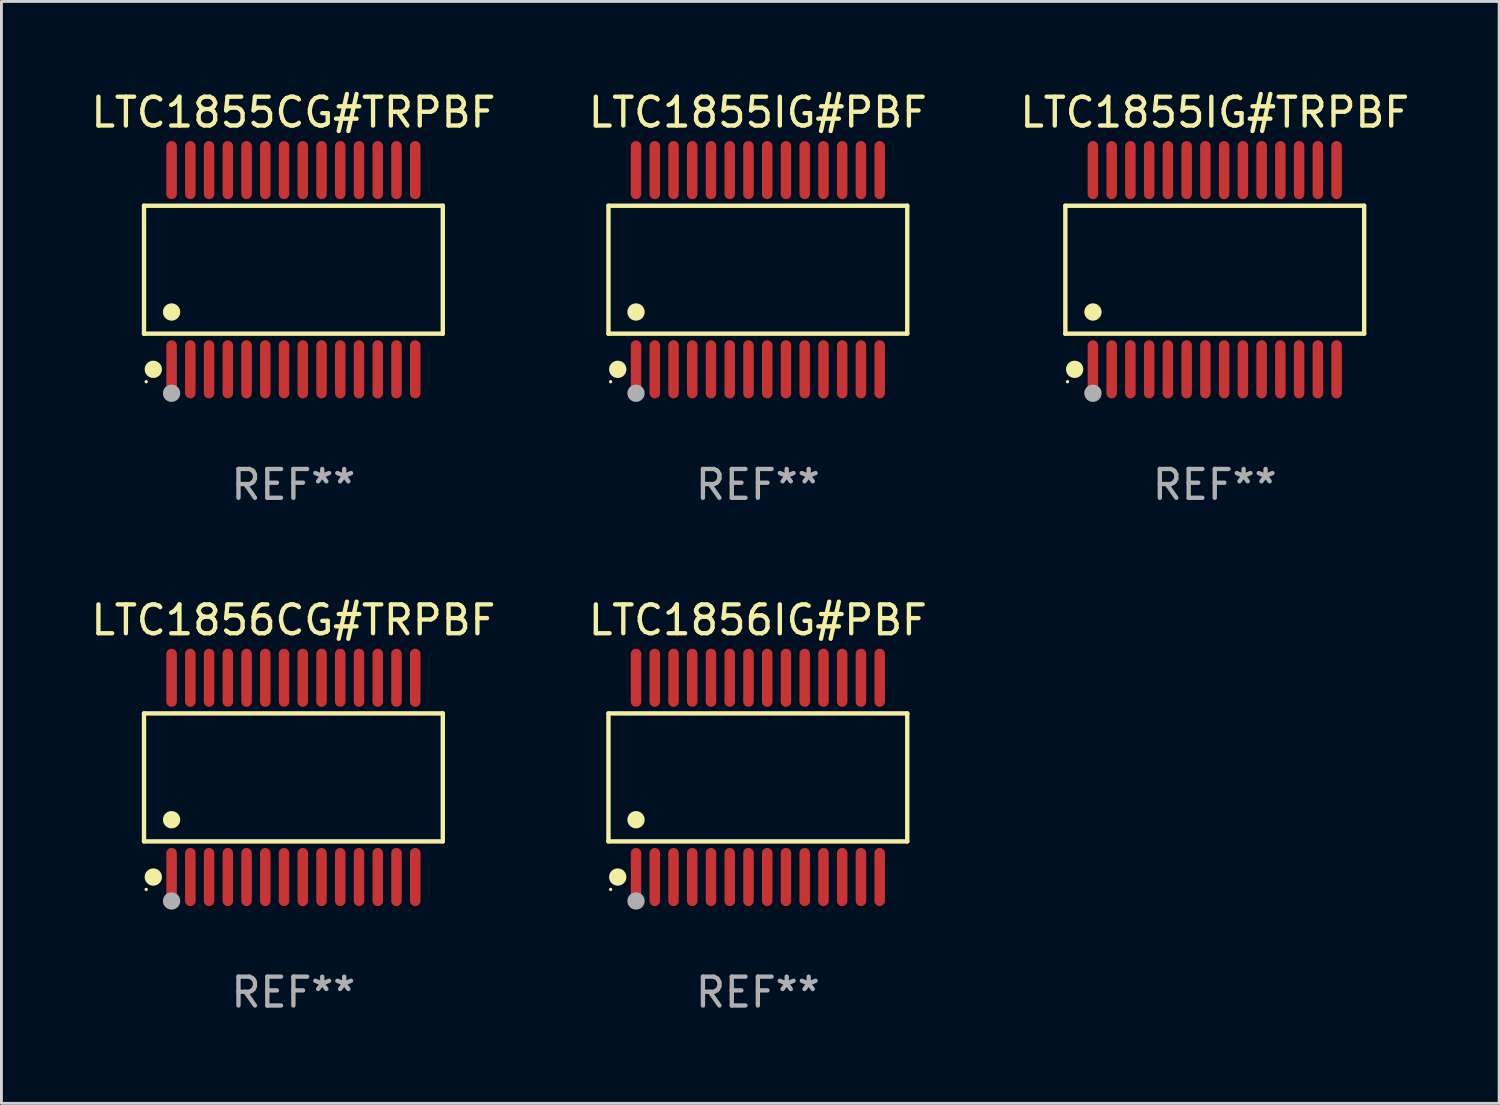
<source format=kicad_pcb>
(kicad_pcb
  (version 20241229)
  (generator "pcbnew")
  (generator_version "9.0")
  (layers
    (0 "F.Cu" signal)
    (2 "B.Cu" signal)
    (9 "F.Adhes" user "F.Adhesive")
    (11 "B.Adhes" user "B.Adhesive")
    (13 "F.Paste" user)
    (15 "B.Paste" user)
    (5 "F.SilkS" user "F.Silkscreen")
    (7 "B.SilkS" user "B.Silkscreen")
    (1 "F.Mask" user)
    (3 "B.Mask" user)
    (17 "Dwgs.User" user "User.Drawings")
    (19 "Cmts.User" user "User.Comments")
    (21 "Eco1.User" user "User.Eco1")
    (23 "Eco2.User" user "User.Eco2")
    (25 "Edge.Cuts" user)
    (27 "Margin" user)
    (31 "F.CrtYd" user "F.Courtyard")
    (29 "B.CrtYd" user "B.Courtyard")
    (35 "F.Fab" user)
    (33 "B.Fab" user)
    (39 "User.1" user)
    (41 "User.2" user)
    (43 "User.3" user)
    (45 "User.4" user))
  (footprint "LTC1855CG#TRPBF"
    (layer "F.Cu")
    (at 7.125 6.303)
    (property "Reference" "LTC1855CG#TRPBF" (at 0 -5.455 0) (layer "F.SilkS") (effects (font (size 1 1) (thickness 0.15))))
    (attr through_hole)
    (fp_line (start -5.181 -2.219) (end 5.181 -2.219) (stroke (width 0.152) (type solid)) (layer "F.SilkS"))
    (fp_line (start -5.181 2.219) (end -5.181 -2.219) (stroke (width 0.152) (type solid)) (layer "F.SilkS"))
    (fp_line (start 5.181 -2.219) (end 5.181 2.219) (stroke (width 0.152) (type solid)) (layer "F.SilkS"))
    (fp_line (start 5.181 2.219) (end -5.181 2.219) (stroke (width 0.152) (type solid)) (layer "F.SilkS"))
    (fp_circle (center -5.105 3.885) (end -5.075 3.885) (stroke (width 0.06) (type solid)) (fill no) (layer "F.SilkS"))
    (fp_circle (center -4.859 3.455) (end -4.709 3.455) (stroke (width 0.3) (type solid)) (fill no) (layer "F.SilkS"))
    (fp_circle (center -4.225 1.467) (end -4.075 1.467) (stroke (width 0.3) (type solid)) (fill no) (layer "F.SilkS"))
    (fp_circle (center -4.225 4.285) (end -4.075 4.285) (stroke (width 0.3) (type solid)) (fill no) (layer "F.Fab"))
    (fp_text user "REF**" (at 0 7.455 0) (layer "F.Fab") (effects (font (size 1 1) (thickness 0.15))))
    (pad "1" smd oval (at -4.225 3.455) (size 0.364 2.015) (layers "F.Cu" "F.Mask" "F.Paste"))
    (pad "2" smd oval (at -3.575 3.455) (size 0.364 2.015) (layers "F.Cu" "F.Mask" "F.Paste"))
    (pad "3" smd oval (at -2.925 3.455) (size 0.364 2.015) (layers "F.Cu" "F.Mask" "F.Paste"))
    (pad "4" smd oval (at -2.275 3.455) (size 0.364 2.015) (layers "F.Cu" "F.Mask" "F.Paste"))
    (pad "5" smd oval (at -1.625 3.455) (size 0.364 2.015) (layers "F.Cu" "F.Mask" "F.Paste"))
    (pad "6" smd oval (at -0.975 3.455) (size 0.364 2.015) (layers "F.Cu" "F.Mask" "F.Paste"))
    (pad "7" smd oval (at -0.325 3.455) (size 0.364 2.015) (layers "F.Cu" "F.Mask" "F.Paste"))
    (pad "8" smd oval (at 0.325 3.455) (size 0.364 2.015) (layers "F.Cu" "F.Mask" "F.Paste"))
    (pad "9" smd oval (at 0.975 3.455) (size 0.364 2.015) (layers "F.Cu" "F.Mask" "F.Paste"))
    (pad "10" smd oval (at 1.625 3.455) (size 0.364 2.015) (layers "F.Cu" "F.Mask" "F.Paste"))
    (pad "11" smd oval (at 2.275 3.455) (size 0.364 2.015) (layers "F.Cu" "F.Mask" "F.Paste"))
    (pad "12" smd oval (at 2.925 3.455) (size 0.364 2.015) (layers "F.Cu" "F.Mask" "F.Paste"))
    (pad "13" smd oval (at 3.575 3.455) (size 0.364 2.015) (layers "F.Cu" "F.Mask" "F.Paste"))
    (pad "14" smd oval (at 4.225 3.455) (size 0.364 2.015) (layers "F.Cu" "F.Mask" "F.Paste"))
    (pad "15" smd oval (at 4.225 -3.455) (size 0.364 2.015) (layers "F.Cu" "F.Mask" "F.Paste"))
    (pad "16" smd oval (at 3.575 -3.455) (size 0.364 2.015) (layers "F.Cu" "F.Mask" "F.Paste"))
    (pad "17" smd oval (at 2.925 -3.455) (size 0.364 2.015) (layers "F.Cu" "F.Mask" "F.Paste"))
    (pad "18" smd oval (at 2.275 -3.455) (size 0.364 2.015) (layers "F.Cu" "F.Mask" "F.Paste"))
    (pad "19" smd oval (at 1.625 -3.455) (size 0.364 2.015) (layers "F.Cu" "F.Mask" "F.Paste"))
    (pad "20" smd oval (at 0.975 -3.455) (size 0.364 2.015) (layers "F.Cu" "F.Mask" "F.Paste"))
    (pad "21" smd oval (at 0.325 -3.455) (size 0.364 2.015) (layers "F.Cu" "F.Mask" "F.Paste"))
    (pad "22" smd oval (at -0.325 -3.455) (size 0.364 2.015) (layers "F.Cu" "F.Mask" "F.Paste"))
    (pad "23" smd oval (at -0.975 -3.455) (size 0.364 2.015) (layers "F.Cu" "F.Mask" "F.Paste"))
    (pad "24" smd oval (at -1.625 -3.455) (size 0.364 2.015) (layers "F.Cu" "F.Mask" "F.Paste"))
    (pad "25" smd oval (at -2.275 -3.455) (size 0.364 2.015) (layers "F.Cu" "F.Mask" "F.Paste"))
    (pad "26" smd oval (at -2.925 -3.455) (size 0.364 2.015) (layers "F.Cu" "F.Mask" "F.Paste"))
    (pad "27" smd oval (at -3.575 -3.455) (size 0.364 2.015) (layers "F.Cu" "F.Mask" "F.Paste"))
    (pad "28" smd oval (at -4.225 -3.455) (size 0.364 2.015) (layers "F.Cu" "F.Mask" "F.Paste")))
  (footprint "LTC1855IG#TRPBF"
    (layer "F.Cu")
    (at 39.077 6.303)
    (property "Reference" "LTC1855IG#TRPBF" (at 0 -5.455 0) (layer "F.SilkS") (effects (font (size 1 1) (thickness 0.15))))
    (attr through_hole)
    (fp_line (start -5.181 -2.219) (end 5.181 -2.219) (stroke (width 0.152) (type solid)) (layer "F.SilkS"))
    (fp_line (start -5.181 2.219) (end -5.181 -2.219) (stroke (width 0.152) (type solid)) (layer "F.SilkS"))
    (fp_line (start 5.181 -2.219) (end 5.181 2.219) (stroke (width 0.152) (type solid)) (layer "F.SilkS"))
    (fp_line (start 5.181 2.219) (end -5.181 2.219) (stroke (width 0.152) (type solid)) (layer "F.SilkS"))
    (fp_circle (center -5.105 3.885) (end -5.075 3.885) (stroke (width 0.06) (type solid)) (fill no) (layer "F.SilkS"))
    (fp_circle (center -4.859 3.455) (end -4.709 3.455) (stroke (width 0.3) (type solid)) (fill no) (layer "F.SilkS"))
    (fp_circle (center -4.225 1.467) (end -4.075 1.467) (stroke (width 0.3) (type solid)) (fill no) (layer "F.SilkS"))
    (fp_circle (center -4.225 4.285) (end -4.075 4.285) (stroke (width 0.3) (type solid)) (fill no) (layer "F.Fab"))
    (fp_text user "REF**" (at 0 7.455 0) (layer "F.Fab") (effects (font (size 1 1) (thickness 0.15))))
    (pad "1" smd oval (at -4.225 3.455) (size 0.364 2.015) (layers "F.Cu" "F.Mask" "F.Paste"))
    (pad "2" smd oval (at -3.575 3.455) (size 0.364 2.015) (layers "F.Cu" "F.Mask" "F.Paste"))
    (pad "3" smd oval (at -2.925 3.455) (size 0.364 2.015) (layers "F.Cu" "F.Mask" "F.Paste"))
    (pad "4" smd oval (at -2.275 3.455) (size 0.364 2.015) (layers "F.Cu" "F.Mask" "F.Paste"))
    (pad "5" smd oval (at -1.625 3.455) (size 0.364 2.015) (layers "F.Cu" "F.Mask" "F.Paste"))
    (pad "6" smd oval (at -0.975 3.455) (size 0.364 2.015) (layers "F.Cu" "F.Mask" "F.Paste"))
    (pad "7" smd oval (at -0.325 3.455) (size 0.364 2.015) (layers "F.Cu" "F.Mask" "F.Paste"))
    (pad "8" smd oval (at 0.325 3.455) (size 0.364 2.015) (layers "F.Cu" "F.Mask" "F.Paste"))
    (pad "9" smd oval (at 0.975 3.455) (size 0.364 2.015) (layers "F.Cu" "F.Mask" "F.Paste"))
    (pad "10" smd oval (at 1.625 3.455) (size 0.364 2.015) (layers "F.Cu" "F.Mask" "F.Paste"))
    (pad "11" smd oval (at 2.275 3.455) (size 0.364 2.015) (layers "F.Cu" "F.Mask" "F.Paste"))
    (pad "12" smd oval (at 2.925 3.455) (size 0.364 2.015) (layers "F.Cu" "F.Mask" "F.Paste"))
    (pad "13" smd oval (at 3.575 3.455) (size 0.364 2.015) (layers "F.Cu" "F.Mask" "F.Paste"))
    (pad "14" smd oval (at 4.225 3.455) (size 0.364 2.015) (layers "F.Cu" "F.Mask" "F.Paste"))
    (pad "15" smd oval (at 4.225 -3.455) (size 0.364 2.015) (layers "F.Cu" "F.Mask" "F.Paste"))
    (pad "16" smd oval (at 3.575 -3.455) (size 0.364 2.015) (layers "F.Cu" "F.Mask" "F.Paste"))
    (pad "17" smd oval (at 2.925 -3.455) (size 0.364 2.015) (layers "F.Cu" "F.Mask" "F.Paste"))
    (pad "18" smd oval (at 2.275 -3.455) (size 0.364 2.015) (layers "F.Cu" "F.Mask" "F.Paste"))
    (pad "19" smd oval (at 1.625 -3.455) (size 0.364 2.015) (layers "F.Cu" "F.Mask" "F.Paste"))
    (pad "20" smd oval (at 0.975 -3.455) (size 0.364 2.015) (layers "F.Cu" "F.Mask" "F.Paste"))
    (pad "21" smd oval (at 0.325 -3.455) (size 0.364 2.015) (layers "F.Cu" "F.Mask" "F.Paste"))
    (pad "22" smd oval (at -0.325 -3.455) (size 0.364 2.015) (layers "F.Cu" "F.Mask" "F.Paste"))
    (pad "23" smd oval (at -0.975 -3.455) (size 0.364 2.015) (layers "F.Cu" "F.Mask" "F.Paste"))
    (pad "24" smd oval (at -1.625 -3.455) (size 0.364 2.015) (layers "F.Cu" "F.Mask" "F.Paste"))
    (pad "25" smd oval (at -2.275 -3.455) (size 0.364 2.015) (layers "F.Cu" "F.Mask" "F.Paste"))
    (pad "26" smd oval (at -2.925 -3.455) (size 0.364 2.015) (layers "F.Cu" "F.Mask" "F.Paste"))
    (pad "27" smd oval (at -3.575 -3.455) (size 0.364 2.015) (layers "F.Cu" "F.Mask" "F.Paste"))
    (pad "28" smd oval (at -4.225 -3.455) (size 0.364 2.015) (layers "F.Cu" "F.Mask" "F.Paste")))
  (footprint "LTC1855IG#PBF"
    (layer "F.Cu")
    (at 23.232 6.303)
    (property "Reference" "LTC1855IG#PBF" (at 0 -5.455 0) (layer "F.SilkS") (effects (font (size 1 1) (thickness 0.15))))
    (attr through_hole)
    (fp_line (start -5.181 -2.219) (end 5.181 -2.219) (stroke (width 0.152) (type solid)) (layer "F.SilkS"))
    (fp_line (start -5.181 2.219) (end -5.181 -2.219) (stroke (width 0.152) (type solid)) (layer "F.SilkS"))
    (fp_line (start 5.181 -2.219) (end 5.181 2.219) (stroke (width 0.152) (type solid)) (layer "F.SilkS"))
    (fp_line (start 5.181 2.219) (end -5.181 2.219) (stroke (width 0.152) (type solid)) (layer "F.SilkS"))
    (fp_circle (center -5.105 3.885) (end -5.075 3.885) (stroke (width 0.06) (type solid)) (fill no) (layer "F.SilkS"))
    (fp_circle (center -4.859 3.455) (end -4.709 3.455) (stroke (width 0.3) (type solid)) (fill no) (layer "F.SilkS"))
    (fp_circle (center -4.225 1.467) (end -4.075 1.467) (stroke (width 0.3) (type solid)) (fill no) (layer "F.SilkS"))
    (fp_circle (center -4.225 4.285) (end -4.075 4.285) (stroke (width 0.3) (type solid)) (fill no) (layer "F.Fab"))
    (fp_text user "REF**" (at 0 7.455 0) (layer "F.Fab") (effects (font (size 1 1) (thickness 0.15))))
    (pad "1" smd oval (at -4.225 3.455) (size 0.364 2.015) (layers "F.Cu" "F.Mask" "F.Paste"))
    (pad "2" smd oval (at -3.575 3.455) (size 0.364 2.015) (layers "F.Cu" "F.Mask" "F.Paste"))
    (pad "3" smd oval (at -2.925 3.455) (size 0.364 2.015) (layers "F.Cu" "F.Mask" "F.Paste"))
    (pad "4" smd oval (at -2.275 3.455) (size 0.364 2.015) (layers "F.Cu" "F.Mask" "F.Paste"))
    (pad "5" smd oval (at -1.625 3.455) (size 0.364 2.015) (layers "F.Cu" "F.Mask" "F.Paste"))
    (pad "6" smd oval (at -0.975 3.455) (size 0.364 2.015) (layers "F.Cu" "F.Mask" "F.Paste"))
    (pad "7" smd oval (at -0.325 3.455) (size 0.364 2.015) (layers "F.Cu" "F.Mask" "F.Paste"))
    (pad "8" smd oval (at 0.325 3.455) (size 0.364 2.015) (layers "F.Cu" "F.Mask" "F.Paste"))
    (pad "9" smd oval (at 0.975 3.455) (size 0.364 2.015) (layers "F.Cu" "F.Mask" "F.Paste"))
    (pad "10" smd oval (at 1.625 3.455) (size 0.364 2.015) (layers "F.Cu" "F.Mask" "F.Paste"))
    (pad "11" smd oval (at 2.275 3.455) (size 0.364 2.015) (layers "F.Cu" "F.Mask" "F.Paste"))
    (pad "12" smd oval (at 2.925 3.455) (size 0.364 2.015) (layers "F.Cu" "F.Mask" "F.Paste"))
    (pad "13" smd oval (at 3.575 3.455) (size 0.364 2.015) (layers "F.Cu" "F.Mask" "F.Paste"))
    (pad "14" smd oval (at 4.225 3.455) (size 0.364 2.015) (layers "F.Cu" "F.Mask" "F.Paste"))
    (pad "15" smd oval (at 4.225 -3.455) (size 0.364 2.015) (layers "F.Cu" "F.Mask" "F.Paste"))
    (pad "16" smd oval (at 3.575 -3.455) (size 0.364 2.015) (layers "F.Cu" "F.Mask" "F.Paste"))
    (pad "17" smd oval (at 2.925 -3.455) (size 0.364 2.015) (layers "F.Cu" "F.Mask" "F.Paste"))
    (pad "18" smd oval (at 2.275 -3.455) (size 0.364 2.015) (layers "F.Cu" "F.Mask" "F.Paste"))
    (pad "19" smd oval (at 1.625 -3.455) (size 0.364 2.015) (layers "F.Cu" "F.Mask" "F.Paste"))
    (pad "20" smd oval (at 0.975 -3.455) (size 0.364 2.015) (layers "F.Cu" "F.Mask" "F.Paste"))
    (pad "21" smd oval (at 0.325 -3.455) (size 0.364 2.015) (layers "F.Cu" "F.Mask" "F.Paste"))
    (pad "22" smd oval (at -0.325 -3.455) (size 0.364 2.015) (layers "F.Cu" "F.Mask" "F.Paste"))
    (pad "23" smd oval (at -0.975 -3.455) (size 0.364 2.015) (layers "F.Cu" "F.Mask" "F.Paste"))
    (pad "24" smd oval (at -1.625 -3.455) (size 0.364 2.015) (layers "F.Cu" "F.Mask" "F.Paste"))
    (pad "25" smd oval (at -2.275 -3.455) (size 0.364 2.015) (layers "F.Cu" "F.Mask" "F.Paste"))
    (pad "26" smd oval (at -2.925 -3.455) (size 0.364 2.015) (layers "F.Cu" "F.Mask" "F.Paste"))
    (pad "27" smd oval (at -3.575 -3.455) (size 0.364 2.015) (layers "F.Cu" "F.Mask" "F.Paste"))
    (pad "28" smd oval (at -4.225 -3.455) (size 0.364 2.015) (layers "F.Cu" "F.Mask" "F.Paste")))
  (footprint "LTC1856IG#PBF"
    (layer "F.Cu")
    (at 23.232 23.91)
    (property "Reference" "LTC1856IG#PBF" (at 0 -5.455 0) (layer "F.SilkS") (effects (font (size 1 1) (thickness 0.15))))
    (attr through_hole)
    (fp_line (start -5.181 -2.219) (end 5.181 -2.219) (stroke (width 0.152) (type solid)) (layer "F.SilkS"))
    (fp_line (start -5.181 2.219) (end -5.181 -2.219) (stroke (width 0.152) (type solid)) (layer "F.SilkS"))
    (fp_line (start 5.181 -2.219) (end 5.181 2.219) (stroke (width 0.152) (type solid)) (layer "F.SilkS"))
    (fp_line (start 5.181 2.219) (end -5.181 2.219) (stroke (width 0.152) (type solid)) (layer "F.SilkS"))
    (fp_circle (center -5.105 3.885) (end -5.075 3.885) (stroke (width 0.06) (type solid)) (fill no) (layer "F.SilkS"))
    (fp_circle (center -4.859 3.455) (end -4.709 3.455) (stroke (width 0.3) (type solid)) (fill no) (layer "F.SilkS"))
    (fp_circle (center -4.225 1.467) (end -4.075 1.467) (stroke (width 0.3) (type solid)) (fill no) (layer "F.SilkS"))
    (fp_circle (center -4.225 4.285) (end -4.075 4.285) (stroke (width 0.3) (type solid)) (fill no) (layer "F.Fab"))
    (fp_text user "REF**" (at 0 7.455 0) (layer "F.Fab") (effects (font (size 1 1) (thickness 0.15))))
    (pad "1" smd oval (at -4.225 3.455) (size 0.364 2.015) (layers "F.Cu" "F.Mask" "F.Paste"))
    (pad "2" smd oval (at -3.575 3.455) (size 0.364 2.015) (layers "F.Cu" "F.Mask" "F.Paste"))
    (pad "3" smd oval (at -2.925 3.455) (size 0.364 2.015) (layers "F.Cu" "F.Mask" "F.Paste"))
    (pad "4" smd oval (at -2.275 3.455) (size 0.364 2.015) (layers "F.Cu" "F.Mask" "F.Paste"))
    (pad "5" smd oval (at -1.625 3.455) (size 0.364 2.015) (layers "F.Cu" "F.Mask" "F.Paste"))
    (pad "6" smd oval (at -0.975 3.455) (size 0.364 2.015) (layers "F.Cu" "F.Mask" "F.Paste"))
    (pad "7" smd oval (at -0.325 3.455) (size 0.364 2.015) (layers "F.Cu" "F.Mask" "F.Paste"))
    (pad "8" smd oval (at 0.325 3.455) (size 0.364 2.015) (layers "F.Cu" "F.Mask" "F.Paste"))
    (pad "9" smd oval (at 0.975 3.455) (size 0.364 2.015) (layers "F.Cu" "F.Mask" "F.Paste"))
    (pad "10" smd oval (at 1.625 3.455) (size 0.364 2.015) (layers "F.Cu" "F.Mask" "F.Paste"))
    (pad "11" smd oval (at 2.275 3.455) (size 0.364 2.015) (layers "F.Cu" "F.Mask" "F.Paste"))
    (pad "12" smd oval (at 2.925 3.455) (size 0.364 2.015) (layers "F.Cu" "F.Mask" "F.Paste"))
    (pad "13" smd oval (at 3.575 3.455) (size 0.364 2.015) (layers "F.Cu" "F.Mask" "F.Paste"))
    (pad "14" smd oval (at 4.225 3.455) (size 0.364 2.015) (layers "F.Cu" "F.Mask" "F.Paste"))
    (pad "15" smd oval (at 4.225 -3.455) (size 0.364 2.015) (layers "F.Cu" "F.Mask" "F.Paste"))
    (pad "16" smd oval (at 3.575 -3.455) (size 0.364 2.015) (layers "F.Cu" "F.Mask" "F.Paste"))
    (pad "17" smd oval (at 2.925 -3.455) (size 0.364 2.015) (layers "F.Cu" "F.Mask" "F.Paste"))
    (pad "18" smd oval (at 2.275 -3.455) (size 0.364 2.015) (layers "F.Cu" "F.Mask" "F.Paste"))
    (pad "19" smd oval (at 1.625 -3.455) (size 0.364 2.015) (layers "F.Cu" "F.Mask" "F.Paste"))
    (pad "20" smd oval (at 0.975 -3.455) (size 0.364 2.015) (layers "F.Cu" "F.Mask" "F.Paste"))
    (pad "21" smd oval (at 0.325 -3.455) (size 0.364 2.015) (layers "F.Cu" "F.Mask" "F.Paste"))
    (pad "22" smd oval (at -0.325 -3.455) (size 0.364 2.015) (layers "F.Cu" "F.Mask" "F.Paste"))
    (pad "23" smd oval (at -0.975 -3.455) (size 0.364 2.015) (layers "F.Cu" "F.Mask" "F.Paste"))
    (pad "24" smd oval (at -1.625 -3.455) (size 0.364 2.015) (layers "F.Cu" "F.Mask" "F.Paste"))
    (pad "25" smd oval (at -2.275 -3.455) (size 0.364 2.015) (layers "F.Cu" "F.Mask" "F.Paste"))
    (pad "26" smd oval (at -2.925 -3.455) (size 0.364 2.015) (layers "F.Cu" "F.Mask" "F.Paste"))
    (pad "27" smd oval (at -3.575 -3.455) (size 0.364 2.015) (layers "F.Cu" "F.Mask" "F.Paste"))
    (pad "28" smd oval (at -4.225 -3.455) (size 0.364 2.015) (layers "F.Cu" "F.Mask" "F.Paste")))
  (footprint "LTC1856CG#TRPBF"
    (layer "F.Cu")
    (at 7.125 23.91)
    (property "Reference" "LTC1856CG#TRPBF" (at 0 -5.455 0) (layer "F.SilkS") (effects (font (size 1 1) (thickness 0.15))))
    (attr through_hole)
    (fp_line (start -5.181 -2.219) (end 5.181 -2.219) (stroke (width 0.152) (type solid)) (layer "F.SilkS"))
    (fp_line (start -5.181 2.219) (end -5.181 -2.219) (stroke (width 0.152) (type solid)) (layer "F.SilkS"))
    (fp_line (start 5.181 -2.219) (end 5.181 2.219) (stroke (width 0.152) (type solid)) (layer "F.SilkS"))
    (fp_line (start 5.181 2.219) (end -5.181 2.219) (stroke (width 0.152) (type solid)) (layer "F.SilkS"))
    (fp_circle (center -5.105 3.885) (end -5.075 3.885) (stroke (width 0.06) (type solid)) (fill no) (layer "F.SilkS"))
    (fp_circle (center -4.859 3.455) (end -4.709 3.455) (stroke (width 0.3) (type solid)) (fill no) (layer "F.SilkS"))
    (fp_circle (center -4.225 1.467) (end -4.075 1.467) (stroke (width 0.3) (type solid)) (fill no) (layer "F.SilkS"))
    (fp_circle (center -4.225 4.285) (end -4.075 4.285) (stroke (width 0.3) (type solid)) (fill no) (layer "F.Fab"))
    (fp_text user "REF**" (at 0 7.455 0) (layer "F.Fab") (effects (font (size 1 1) (thickness 0.15))))
    (pad "1" smd oval (at -4.225 3.455) (size 0.364 2.015) (layers "F.Cu" "F.Mask" "F.Paste"))
    (pad "2" smd oval (at -3.575 3.455) (size 0.364 2.015) (layers "F.Cu" "F.Mask" "F.Paste"))
    (pad "3" smd oval (at -2.925 3.455) (size 0.364 2.015) (layers "F.Cu" "F.Mask" "F.Paste"))
    (pad "4" smd oval (at -2.275 3.455) (size 0.364 2.015) (layers "F.Cu" "F.Mask" "F.Paste"))
    (pad "5" smd oval (at -1.625 3.455) (size 0.364 2.015) (layers "F.Cu" "F.Mask" "F.Paste"))
    (pad "6" smd oval (at -0.975 3.455) (size 0.364 2.015) (layers "F.Cu" "F.Mask" "F.Paste"))
    (pad "7" smd oval (at -0.325 3.455) (size 0.364 2.015) (layers "F.Cu" "F.Mask" "F.Paste"))
    (pad "8" smd oval (at 0.325 3.455) (size 0.364 2.015) (layers "F.Cu" "F.Mask" "F.Paste"))
    (pad "9" smd oval (at 0.975 3.455) (size 0.364 2.015) (layers "F.Cu" "F.Mask" "F.Paste"))
    (pad "10" smd oval (at 1.625 3.455) (size 0.364 2.015) (layers "F.Cu" "F.Mask" "F.Paste"))
    (pad "11" smd oval (at 2.275 3.455) (size 0.364 2.015) (layers "F.Cu" "F.Mask" "F.Paste"))
    (pad "12" smd oval (at 2.925 3.455) (size 0.364 2.015) (layers "F.Cu" "F.Mask" "F.Paste"))
    (pad "13" smd oval (at 3.575 3.455) (size 0.364 2.015) (layers "F.Cu" "F.Mask" "F.Paste"))
    (pad "14" smd oval (at 4.225 3.455) (size 0.364 2.015) (layers "F.Cu" "F.Mask" "F.Paste"))
    (pad "15" smd oval (at 4.225 -3.455) (size 0.364 2.015) (layers "F.Cu" "F.Mask" "F.Paste"))
    (pad "16" smd oval (at 3.575 -3.455) (size 0.364 2.015) (layers "F.Cu" "F.Mask" "F.Paste"))
    (pad "17" smd oval (at 2.925 -3.455) (size 0.364 2.015) (layers "F.Cu" "F.Mask" "F.Paste"))
    (pad "18" smd oval (at 2.275 -3.455) (size 0.364 2.015) (layers "F.Cu" "F.Mask" "F.Paste"))
    (pad "19" smd oval (at 1.625 -3.455) (size 0.364 2.015) (layers "F.Cu" "F.Mask" "F.Paste"))
    (pad "20" smd oval (at 0.975 -3.455) (size 0.364 2.015) (layers "F.Cu" "F.Mask" "F.Paste"))
    (pad "21" smd oval (at 0.325 -3.455) (size 0.364 2.015) (layers "F.Cu" "F.Mask" "F.Paste"))
    (pad "22" smd oval (at -0.325 -3.455) (size 0.364 2.015) (layers "F.Cu" "F.Mask" "F.Paste"))
    (pad "23" smd oval (at -0.975 -3.455) (size 0.364 2.015) (layers "F.Cu" "F.Mask" "F.Paste"))
    (pad "24" smd oval (at -1.625 -3.455) (size 0.364 2.015) (layers "F.Cu" "F.Mask" "F.Paste"))
    (pad "25" smd oval (at -2.275 -3.455) (size 0.364 2.015) (layers "F.Cu" "F.Mask" "F.Paste"))
    (pad "26" smd oval (at -2.925 -3.455) (size 0.364 2.015) (layers "F.Cu" "F.Mask" "F.Paste"))
    (pad "27" smd oval (at -3.575 -3.455) (size 0.364 2.015) (layers "F.Cu" "F.Mask" "F.Paste"))
    (pad "28" smd oval (at -4.225 -3.455) (size 0.364 2.015) (layers "F.Cu" "F.Mask" "F.Paste")))
  (gr_rect
    (start -3 -3)
    (end 48.94 35.214)
    (stroke (width 0.1) (type default))
    (fill no)
    (layer "Edge.Cuts")))
</source>
